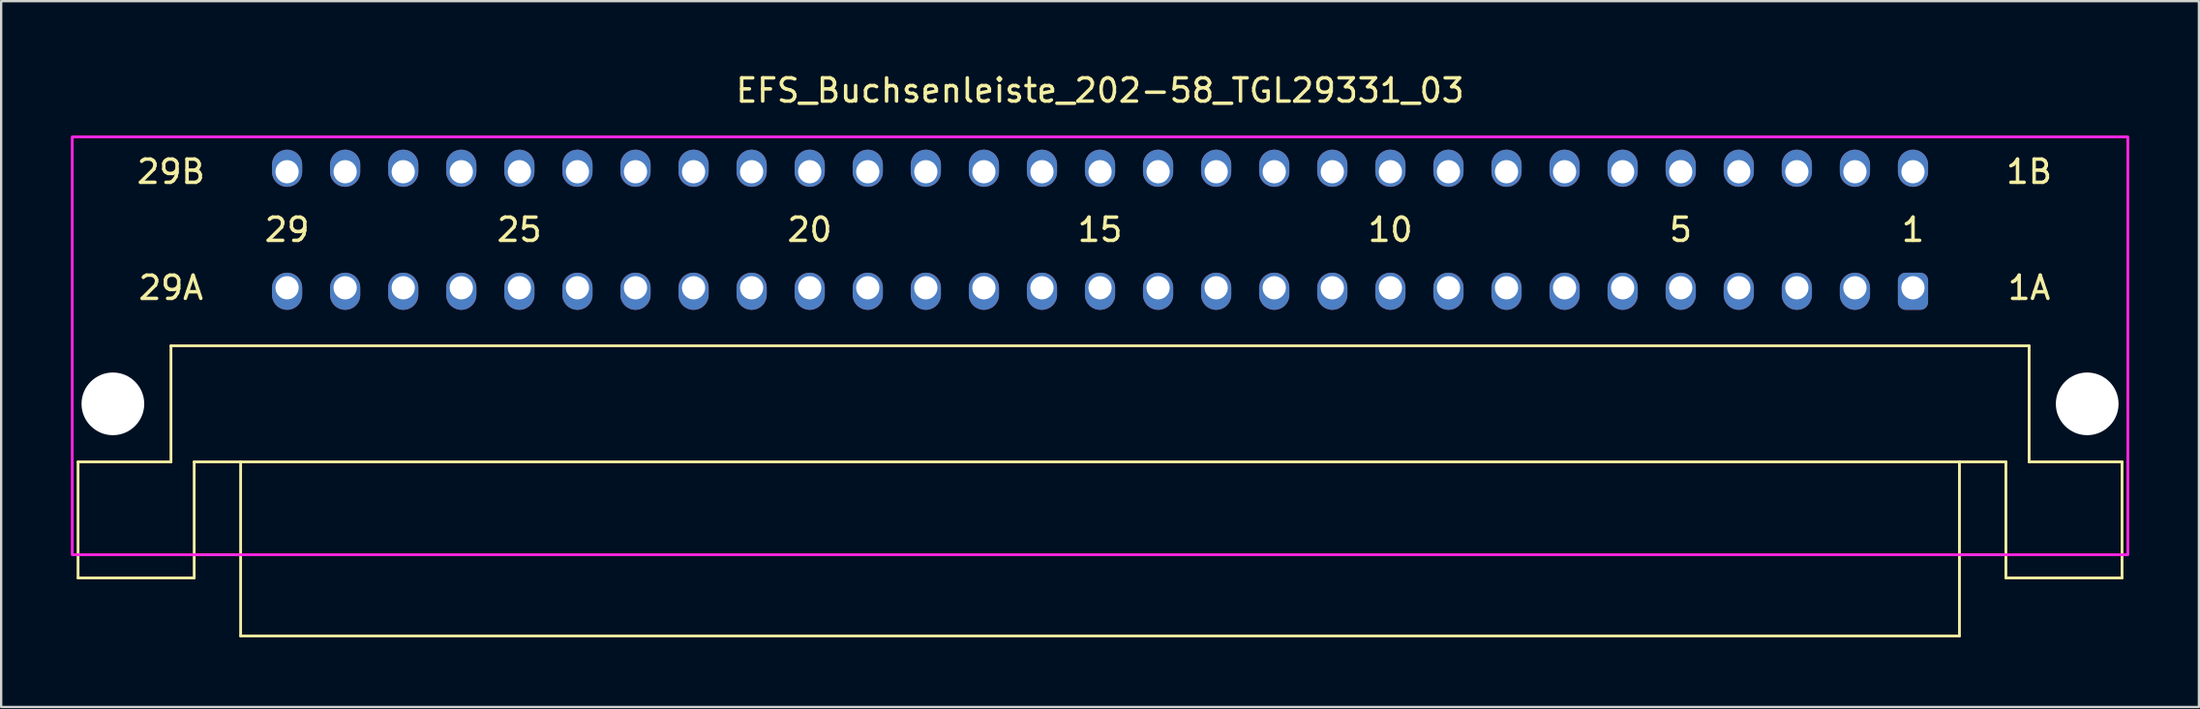
<source format=kicad_pcb>
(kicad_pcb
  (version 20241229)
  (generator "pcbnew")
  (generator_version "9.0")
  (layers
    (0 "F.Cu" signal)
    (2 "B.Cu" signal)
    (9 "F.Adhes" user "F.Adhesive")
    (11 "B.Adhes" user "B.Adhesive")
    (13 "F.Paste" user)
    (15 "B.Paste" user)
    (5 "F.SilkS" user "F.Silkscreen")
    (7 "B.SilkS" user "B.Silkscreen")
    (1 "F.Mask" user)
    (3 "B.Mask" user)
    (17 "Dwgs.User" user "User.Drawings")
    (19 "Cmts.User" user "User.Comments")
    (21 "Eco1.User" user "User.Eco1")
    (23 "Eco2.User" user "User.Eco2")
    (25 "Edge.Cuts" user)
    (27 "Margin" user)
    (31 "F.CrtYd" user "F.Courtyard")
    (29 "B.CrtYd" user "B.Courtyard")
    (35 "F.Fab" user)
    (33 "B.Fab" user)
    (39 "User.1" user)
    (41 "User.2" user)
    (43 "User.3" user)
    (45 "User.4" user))
  (footprint "EFS_Buchsenleiste_202-58_TGL29331_03"
    (layer "F.Cu")
    (at 44.31 20.848)
    (property "Reference" "EFS_Buchsenleiste_202-58_TGL29331_03" (at 0 -20 0) (layer "F.SilkS") (effects (font (size 1 1) (thickness 0.15))))
    (attr through_hole)
    (fp_line (start -44 -4) (end -44 1) (stroke (width 0.12) (type solid)) (layer "F.SilkS"))
    (fp_line (start -44 -4) (end -40 -4) (stroke (width 0.12) (type solid)) (layer "F.SilkS"))
    (fp_line (start -44 1) (end -39 1) (stroke (width 0.12) (type solid)) (layer "F.SilkS"))
    (fp_line (start -40 -9) (end -40 -4) (stroke (width 0.12) (type solid)) (layer "F.SilkS"))
    (fp_line (start -39 -4) (end -39 1) (stroke (width 0.12) (type solid)) (layer "F.SilkS"))
    (fp_line (start -39 -4) (end 39 -4) (stroke (width 0.12) (type solid)) (layer "F.SilkS"))
    (fp_line (start -37 0) (end -39 0) (stroke (width 0.12) (type solid)) (layer "F.SilkS"))
    (fp_line (start -37 3.5) (end -37 -4) (stroke (width 0.12) (type solid)) (layer "F.SilkS"))
    (fp_line (start -37 3.5) (end 37 3.5) (stroke (width 0.12) (type solid)) (layer "F.SilkS"))
    (fp_line (start 37 3.5) (end 37 -4) (stroke (width 0.12) (type solid)) (layer "F.SilkS"))
    (fp_line (start 39 -4) (end 39 1) (stroke (width 0.12) (type solid)) (layer "F.SilkS"))
    (fp_line (start 39 0) (end 37 0) (stroke (width 0.12) (type solid)) (layer "F.SilkS"))
    (fp_line (start 39 1) (end 44 1) (stroke (width 0.12) (type solid)) (layer "F.SilkS"))
    (fp_line (start 40 -9) (end -40 -9) (stroke (width 0.12) (type solid)) (layer "F.SilkS"))
    (fp_line (start 40 -9) (end 40 -4) (stroke (width 0.12) (type solid)) (layer "F.SilkS"))
    (fp_line (start 40 -4) (end 44 -4) (stroke (width 0.12) (type solid)) (layer "F.SilkS"))
    (fp_line (start 44 -4) (end 44 1) (stroke (width 0.12) (type solid)) (layer "F.SilkS"))
    (fp_rect (start -44.25 -18) (end 44.25 0) (stroke (width 0.12) (type solid)) (fill no) (layer "F.CrtYd"))
    (fp_text user "25" (at -25 -14 180) (layer "F.SilkS") (effects (font (size 1 1) (thickness 0.15))))
    (fp_text user "29" (at -35 -14 180) (layer "F.SilkS") (effects (font (size 1 1) (thickness 0.15))))
    (fp_text user "1A" (at 40 -11.5 180) (layer "F.SilkS") (effects (font (size 1 1) (thickness 0.15))))
    (fp_text user "29B" (at -40 -16.5 180) (layer "F.SilkS") (effects (font (size 1 1) (thickness 0.15))))
    (fp_text user "1B" (at 40 -16.5 180) (layer "F.SilkS") (effects (font (size 1 1) (thickness 0.15))))
    (fp_text user "29A" (at -40 -11.5 180) (layer "F.SilkS") (effects (font (size 1 1) (thickness 0.15))))
    (fp_text user "20" (at -12.5 -14 180) (layer "F.SilkS") (effects (font (size 1 1) (thickness 0.15))))
    (fp_text user "1" (at 35 -14 180) (layer "F.SilkS") (effects (font (size 1 1) (thickness 0.15))))
    (fp_text user "15" (at 0 -14 180) (layer "F.SilkS") (effects (font (size 1 1) (thickness 0.15))))
    (fp_text user "10" (at 12.5 -14 180) (layer "F.SilkS") (effects (font (size 1 1) (thickness 0.15))))
    (fp_text user "5" (at 25 -14 180) (layer "F.SilkS") (effects (font (size 1 1) (thickness 0.15))))
    (pad "" np_thru_hole circle (at -42.5 -6.5 180) (size 2.7 2.7) (drill 2.7) (layers "*.Cu" "*.Mask"))
    (pad "" np_thru_hole circle (at 42.5 -6.5 180) (size 2.7 2.7) (drill 2.7) (layers "*.Cu" "*.Mask"))
    (pad "1a" thru_hole roundrect (at 35 -11.5 180) (size 1.3 1.6) (drill 1 (offset 0 -0.15)) (layers "*.Cu" "*.Mask") (roundrect_rratio 0.25))
    (pad "1b" thru_hole oval (at 35 -16.5 180) (size 1.3 1.6) (drill 1 (offset 0 0.15)) (layers "*.Cu" "*.Mask"))
    (pad "2a" thru_hole oval (at 32.5 -11.5 180) (size 1.3 1.6) (drill 1 (offset 0 -0.15)) (layers "*.Cu" "*.Mask"))
    (pad "2b" thru_hole oval (at 32.5 -16.5 180) (size 1.3 1.6) (drill 1 (offset 0 0.15)) (layers "*.Cu" "*.Mask"))
    (pad "3a" thru_hole oval (at 30 -11.5 180) (size 1.3 1.6) (drill 1 (offset 0 -0.15)) (layers "*.Cu" "*.Mask"))
    (pad "3b" thru_hole oval (at 30 -16.5 180) (size 1.3 1.6) (drill 1 (offset 0 0.15)) (layers "*.Cu" "*.Mask"))
    (pad "4a" thru_hole oval (at 27.5 -11.5 180) (size 1.3 1.6) (drill 1 (offset 0 -0.15)) (layers "*.Cu" "*.Mask"))
    (pad "4b" thru_hole oval (at 27.5 -16.5 180) (size 1.3 1.6) (drill 1 (offset 0 0.15)) (layers "*.Cu" "*.Mask"))
    (pad "5a" thru_hole oval (at 25 -11.5 180) (size 1.3 1.6) (drill 1 (offset 0 -0.15)) (layers "*.Cu" "*.Mask"))
    (pad "5b" thru_hole oval (at 25 -16.5 180) (size 1.3 1.6) (drill 1 (offset 0 0.15)) (layers "*.Cu" "*.Mask"))
    (pad "6a" thru_hole oval (at 22.5 -11.5 180) (size 1.3 1.6) (drill 1 (offset 0 -0.15)) (layers "*.Cu" "*.Mask"))
    (pad "6b" thru_hole oval (at 22.5 -16.5 180) (size 1.3 1.6) (drill 1 (offset 0 0.15)) (layers "*.Cu" "*.Mask"))
    (pad "7a" thru_hole oval (at 20 -11.5 180) (size 1.3 1.6) (drill 1 (offset 0 -0.15)) (layers "*.Cu" "*.Mask"))
    (pad "7b" thru_hole oval (at 20 -16.5 180) (size 1.3 1.6) (drill 1 (offset 0 0.15)) (layers "*.Cu" "*.Mask"))
    (pad "8a" thru_hole oval (at 17.5 -11.5 180) (size 1.3 1.6) (drill 1 (offset 0 -0.15)) (layers "*.Cu" "*.Mask"))
    (pad "8b" thru_hole oval (at 17.5 -16.5 180) (size 1.3 1.6) (drill 1 (offset 0 0.15)) (layers "*.Cu" "*.Mask"))
    (pad "9a" thru_hole oval (at 15 -11.5 180) (size 1.3 1.6) (drill 1 (offset 0 -0.15)) (layers "*.Cu" "*.Mask"))
    (pad "9b" thru_hole oval (at 15 -16.5 180) (size 1.3 1.6) (drill 1 (offset 0 0.15)) (layers "*.Cu" "*.Mask"))
    (pad "10a" thru_hole oval (at 12.5 -11.5 180) (size 1.3 1.6) (drill 1 (offset 0 -0.15)) (layers "*.Cu" "*.Mask"))
    (pad "10b" thru_hole oval (at 12.5 -16.5 180) (size 1.3 1.6) (drill 1 (offset 0 0.15)) (layers "*.Cu" "*.Mask"))
    (pad "11a" thru_hole oval (at 10 -11.5 180) (size 1.3 1.6) (drill 1 (offset 0 -0.15)) (layers "*.Cu" "*.Mask"))
    (pad "11b" thru_hole oval (at 10 -16.5 180) (size 1.3 1.6) (drill 1 (offset 0 0.15)) (layers "*.Cu" "*.Mask"))
    (pad "12a" thru_hole oval (at 7.5 -11.5 180) (size 1.3 1.6) (drill 1 (offset 0 -0.15)) (layers "*.Cu" "*.Mask"))
    (pad "12b" thru_hole oval (at 7.5 -16.5 180) (size 1.3 1.6) (drill 1 (offset 0 0.15)) (layers "*.Cu" "*.Mask"))
    (pad "13a" thru_hole oval (at 5 -11.5 180) (size 1.3 1.6) (drill 1 (offset 0 -0.15)) (layers "*.Cu" "*.Mask"))
    (pad "13b" thru_hole oval (at 5 -16.5 180) (size 1.3 1.6) (drill 1 (offset 0 0.15)) (layers "*.Cu" "*.Mask"))
    (pad "14a" thru_hole oval (at 2.5 -11.5 180) (size 1.3 1.6) (drill 1 (offset 0 -0.15)) (layers "*.Cu" "*.Mask"))
    (pad "14b" thru_hole oval (at 2.5 -16.5 180) (size 1.3 1.6) (drill 1 (offset 0 0.15)) (layers "*.Cu" "*.Mask"))
    (pad "15a" thru_hole oval (at 0 -11.5 180) (size 1.3 1.6) (drill 1 (offset 0 -0.15)) (layers "*.Cu" "*.Mask"))
    (pad "15b" thru_hole oval (at 0 -16.5 180) (size 1.3 1.6) (drill 1 (offset 0 0.15)) (layers "*.Cu" "*.Mask"))
    (pad "16a" thru_hole oval (at -2.5 -11.5 180) (size 1.3 1.6) (drill 1 (offset 0 -0.15)) (layers "*.Cu" "*.Mask"))
    (pad "16b" thru_hole oval (at -2.5 -16.5 180) (size 1.3 1.6) (drill 1 (offset 0 0.15)) (layers "*.Cu" "*.Mask"))
    (pad "17a" thru_hole oval (at -5 -11.5 180) (size 1.3 1.6) (drill 1 (offset 0 -0.15)) (layers "*.Cu" "*.Mask"))
    (pad "17b" thru_hole oval (at -5 -16.5 180) (size 1.3 1.6) (drill 1 (offset 0 0.15)) (layers "*.Cu" "*.Mask"))
    (pad "18a" thru_hole oval (at -7.5 -11.5 180) (size 1.3 1.6) (drill 1 (offset 0 -0.15)) (layers "*.Cu" "*.Mask"))
    (pad "18b" thru_hole oval (at -7.5 -16.5 180) (size 1.3 1.6) (drill 1 (offset 0 0.15)) (layers "*.Cu" "*.Mask"))
    (pad "19a" thru_hole oval (at -10 -11.5 180) (size 1.3 1.6) (drill 1 (offset 0 -0.15)) (layers "*.Cu" "*.Mask"))
    (pad "19b" thru_hole oval (at -10 -16.5 180) (size 1.3 1.6) (drill 1 (offset 0 0.15)) (layers "*.Cu" "*.Mask"))
    (pad "20a" thru_hole oval (at -12.5 -11.5 180) (size 1.3 1.6) (drill 1 (offset 0 -0.15)) (layers "*.Cu" "*.Mask"))
    (pad "20b" thru_hole oval (at -12.5 -16.5 180) (size 1.3 1.6) (drill 1 (offset 0 0.15)) (layers "*.Cu" "*.Mask"))
    (pad "21a" thru_hole oval (at -15 -11.5 180) (size 1.3 1.6) (drill 1 (offset 0 -0.15)) (layers "*.Cu" "*.Mask"))
    (pad "21b" thru_hole oval (at -15 -16.5 180) (size 1.3 1.6) (drill 1 (offset 0 0.15)) (layers "*.Cu" "*.Mask"))
    (pad "22a" thru_hole oval (at -17.5 -11.5 180) (size 1.3 1.6) (drill 1 (offset 0 -0.15)) (layers "*.Cu" "*.Mask"))
    (pad "22b" thru_hole oval (at -17.5 -16.5 180) (size 1.3 1.6) (drill 1 (offset 0 0.15)) (layers "*.Cu" "*.Mask"))
    (pad "23a" thru_hole oval (at -20 -11.5 180) (size 1.3 1.6) (drill 1 (offset 0 -0.15)) (layers "*.Cu" "*.Mask"))
    (pad "23b" thru_hole oval (at -20 -16.5 180) (size 1.3 1.6) (drill 1 (offset 0 0.15)) (layers "*.Cu" "*.Mask"))
    (pad "24a" thru_hole oval (at -22.5 -11.5 180) (size 1.3 1.6) (drill 1 (offset 0 -0.15)) (layers "*.Cu" "*.Mask"))
    (pad "24b" thru_hole oval (at -22.5 -16.5 180) (size 1.3 1.6) (drill 1 (offset 0 0.15)) (layers "*.Cu" "*.Mask"))
    (pad "25a" thru_hole oval (at -25 -11.5 180) (size 1.3 1.6) (drill 1 (offset 0 -0.15)) (layers "*.Cu" "*.Mask"))
    (pad "25b" thru_hole oval (at -25 -16.5 180) (size 1.3 1.6) (drill 1 (offset 0 0.15)) (layers "*.Cu" "*.Mask"))
    (pad "26a" thru_hole oval (at -27.5 -11.5 180) (size 1.3 1.6) (drill 1 (offset 0 -0.15)) (layers "*.Cu" "*.Mask"))
    (pad "26b" thru_hole oval (at -27.5 -16.5 180) (size 1.3 1.6) (drill 1 (offset 0 0.15)) (layers "*.Cu" "*.Mask"))
    (pad "27a" thru_hole oval (at -30 -11.5 180) (size 1.3 1.6) (drill 1 (offset 0 -0.15)) (layers "*.Cu" "*.Mask"))
    (pad "27b" thru_hole oval (at -30 -16.5 180) (size 1.3 1.6) (drill 1 (offset 0 0.15)) (layers "*.Cu" "*.Mask"))
    (pad "28a" thru_hole oval (at -32.5 -11.5 180) (size 1.3 1.6) (drill 1 (offset 0 -0.15)) (layers "*.Cu" "*.Mask"))
    (pad "28b" thru_hole oval (at -32.5 -16.5 180) (size 1.3 1.6) (drill 1 (offset 0 0.15)) (layers "*.Cu" "*.Mask"))
    (pad "29a" thru_hole oval (at -35 -11.5 180) (size 1.3 1.6) (drill 1 (offset 0 -0.15)) (layers "*.Cu" "*.Mask"))
    (pad "29b" thru_hole oval (at -35 -16.5 180) (size 1.3 1.6) (drill 1 (offset 0 0.15)) (layers "*.Cu" "*.Mask")))
  (gr_rect
    (start -3 -3)
    (end 91.62 27.408)
    (stroke (width 0.1) (type default))
    (fill no)
    (layer "Edge.Cuts")))
</source>
